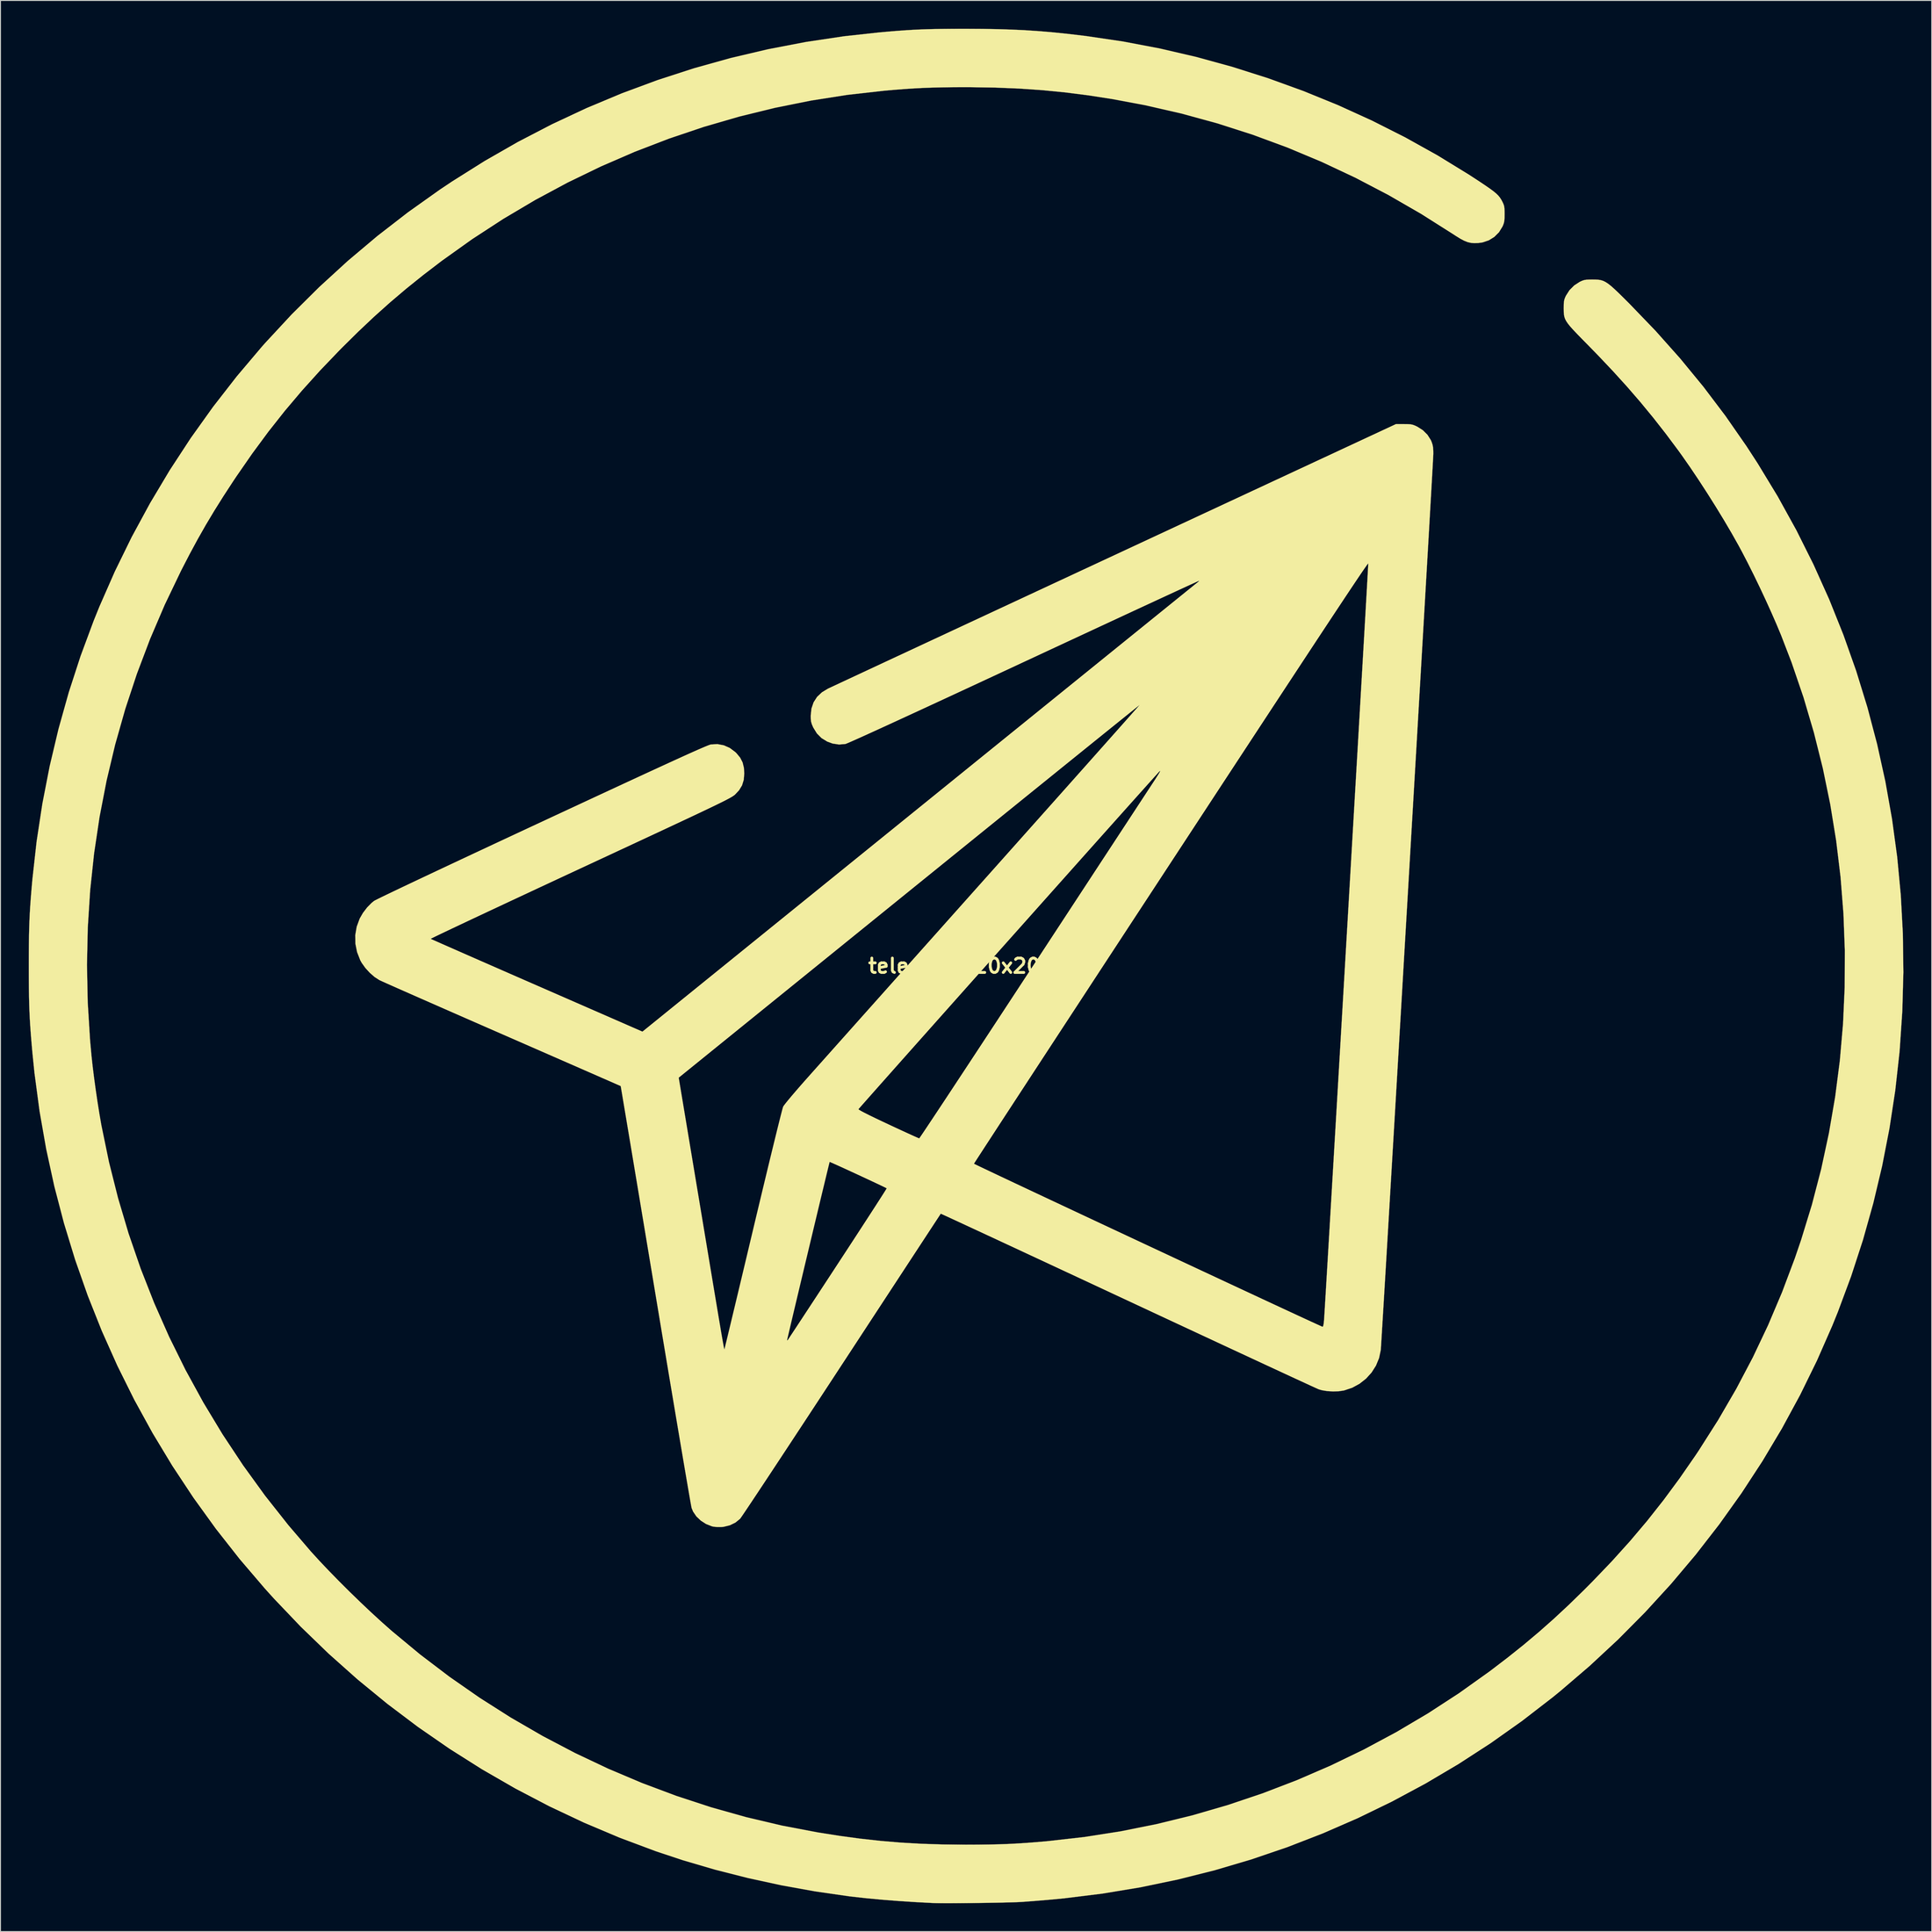
<source format=kicad_pcb>
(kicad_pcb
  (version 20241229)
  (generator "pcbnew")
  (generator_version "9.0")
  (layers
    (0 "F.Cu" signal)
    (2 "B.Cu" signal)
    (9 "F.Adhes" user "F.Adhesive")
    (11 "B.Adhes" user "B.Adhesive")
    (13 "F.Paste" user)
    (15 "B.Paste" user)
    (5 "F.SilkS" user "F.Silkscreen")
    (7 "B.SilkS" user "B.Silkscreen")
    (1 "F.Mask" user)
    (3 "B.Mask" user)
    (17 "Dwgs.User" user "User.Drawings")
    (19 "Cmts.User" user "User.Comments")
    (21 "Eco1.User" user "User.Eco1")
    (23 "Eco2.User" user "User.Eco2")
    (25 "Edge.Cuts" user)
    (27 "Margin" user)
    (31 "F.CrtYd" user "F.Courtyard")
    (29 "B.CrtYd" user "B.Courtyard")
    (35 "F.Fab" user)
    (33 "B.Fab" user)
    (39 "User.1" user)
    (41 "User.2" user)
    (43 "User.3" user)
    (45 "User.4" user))
  (footprint "telegram_20x20_F"
    (layer "F.Cu")
    (at 99.356 99.356)
    (property "Reference" "telegram_20x20_F" (at 0 0 0) (layer "F.SilkS") (effects (font (size 1.524 1.524) (thickness 0.3))))
    (attr through_hole)
    (fp_poly (pts (xy 1.75 -99.343) (xy 3.367 -99.315) (xy 4.887 -99.267) (xy 6.346 -99.197) (xy 7.78 -99.101) (xy 9.225 -98.978) (xy 10.716 -98.825) (xy 12.288 -98.641) (xy 12.742 -98.585) (xy 16.648 -98.008) (xy 20.538 -97.269) (xy 24.405 -96.371) (xy 28.237 -95.318) (xy 32.027 -94.113) (xy 35.763 -92.76) (xy 39.438 -91.262) (xy 43.04 -89.622) (xy 46.562 -87.845) (xy 49.992 -85.934) (xy 53.322 -83.892) (xy 54.462 -83.148) (xy 55.065 -82.743) (xy 55.544 -82.412) (xy 55.918 -82.136) (xy 56.206 -81.899) (xy 56.427 -81.684) (xy 56.601 -81.474) (xy 56.746 -81.252) (xy 56.869 -81.026) (xy 56.981 -80.79) (xy 57.052 -80.579) (xy 57.09 -80.342) (xy 57.105 -80.025) (xy 57.108 -79.714) (xy 57.102 -79.297) (xy 57.079 -78.995) (xy 57.029 -78.754) (xy 56.943 -78.52) (xy 56.882 -78.385) (xy 56.51 -77.782) (xy 56.02 -77.293) (xy 55.434 -76.929) (xy 54.77 -76.705) (xy 54.306 -76.641) (xy 53.895 -76.629) (xy 53.533 -76.657) (xy 53.187 -76.738) (xy 52.824 -76.882) (xy 52.41 -77.103) (xy 51.911 -77.412) (xy 51.658 -77.578) (xy 48.248 -79.738) (xy 44.785 -81.736) (xy 41.268 -83.575) (xy 37.697 -85.253) (xy 34.07 -86.771) (xy 30.386 -88.13) (xy 26.646 -89.33) (xy 22.847 -90.37) (xy 18.99 -91.253) (xy 15.494 -91.908) (xy 12.983 -92.297) (xy 10.525 -92.61) (xy 8.081 -92.849) (xy 5.608 -93.019) (xy 3.066 -93.122) (xy 0.413 -93.162) (xy 0 -93.163) (xy -1.278 -93.159) (xy -2.425 -93.146) (xy -3.481 -93.122) (xy -4.483 -93.086) (xy -5.469 -93.035) (xy -6.48 -92.969) (xy -7.553 -92.886) (xy -8.678 -92.787) (xy -12.558 -92.35) (xy -16.414 -91.746) (xy -20.238 -90.978) (xy -24.026 -90.049) (xy -27.772 -88.961) (xy -31.47 -87.715) (xy -35.115 -86.314) (xy -38.7 -84.76) (xy -42.221 -83.056) (xy -45.67 -81.203) (xy -49.044 -79.204) (xy -52.335 -77.062) (xy -55.538 -74.777) (xy -55.662 -74.684) (xy -57.551 -73.238) (xy -59.336 -71.803) (xy -61.052 -70.347) (xy -62.736 -68.84) (xy -64.421 -67.25) (xy -66.145 -65.546) (xy -66.421 -65.267) (xy -68.475 -63.123) (xy -70.397 -60.992) (xy -72.217 -58.84) (xy -73.961 -56.631) (xy -75.66 -54.33) (xy -77.341 -51.903) (xy -77.682 -51.393) (xy -78.731 -49.785) (xy -79.691 -48.254) (xy -80.589 -46.754) (xy -81.451 -45.237) (xy -82.305 -43.657) (xy -83.178 -41.968) (xy -83.228 -41.868) (xy -84.944 -38.288) (xy -86.499 -34.655) (xy -87.894 -30.973) (xy -89.127 -27.244) (xy -90.198 -23.471) (xy -91.106 -19.659) (xy -91.851 -15.81) (xy -92.432 -11.928) (xy -92.849 -8.015) (xy -93.1 -4.076) (xy -93.186 -0.114) (xy -93.106 3.869) (xy -92.858 7.869) (xy -92.707 9.525) (xy -92.586 10.634) (xy -92.434 11.856) (xy -92.259 13.138) (xy -92.069 14.427) (xy -91.87 15.672) (xy -91.671 16.82) (xy -91.65 16.933) (xy -90.853 20.794) (xy -89.894 24.607) (xy -88.775 28.37) (xy -87.498 32.079) (xy -86.065 35.728) (xy -84.478 39.315) (xy -82.739 42.835) (xy -80.85 46.284) (xy -78.813 49.658) (xy -76.629 52.954) (xy -74.302 56.167) (xy -71.832 59.293) (xy -69.462 62.061) (xy -68.567 63.043) (xy -67.565 64.101) (xy -66.486 65.206) (xy -65.358 66.331) (xy -64.208 67.447) (xy -63.065 68.528) (xy -61.957 69.544) (xy -60.912 70.47) (xy -60.875 70.502) (xy -57.868 72.996) (xy -54.758 75.36) (xy -51.554 77.59) (xy -48.261 79.684) (xy -44.886 81.637) (xy -41.436 83.448) (xy -37.917 85.112) (xy -34.336 86.628) (xy -30.699 87.991) (xy -27.013 89.199) (xy -23.284 90.248) (xy -19.52 91.136) (xy -15.726 91.859) (xy -15.721 91.86) (xy -13.401 92.226) (xy -11.184 92.526) (xy -9.023 92.764) (xy -6.876 92.943) (xy -4.699 93.067) (xy -2.447 93.139) (xy -0.077 93.163) (xy 0 93.163) (xy 1.278 93.159) (xy 2.426 93.146) (xy 3.481 93.122) (xy 4.483 93.086) (xy 5.47 93.035) (xy 6.481 92.969) (xy 7.553 92.886) (xy 8.678 92.787) (xy 12.552 92.35) (xy 16.403 91.747) (xy 20.224 90.98) (xy 24.01 90.052) (xy 27.754 88.964) (xy 31.451 87.72) (xy 35.093 86.322) (xy 38.676 84.772) (xy 42.192 83.072) (xy 45.636 81.225) (xy 49.002 79.233) (xy 52.283 77.098) (xy 55.473 74.823) (xy 55.629 74.707) (xy 57.435 73.327) (xy 59.129 71.973) (xy 60.747 70.613) (xy 62.325 69.217) (xy 63.897 67.754) (xy 65.499 66.194) (xy 66.421 65.267) (xy 68.475 63.123) (xy 70.397 60.992) (xy 72.217 58.84) (xy 73.961 56.631) (xy 75.66 54.33) (xy 77.341 51.903) (xy 77.682 51.393) (xy 79.754 48.136) (xy 81.667 44.843) (xy 83.428 41.499) (xy 85.045 38.087) (xy 86.526 34.593) (xy 87.877 31.002) (xy 88.547 29.041) (xy 89.692 25.308) (xy 90.675 21.533) (xy 91.495 17.722) (xy 92.155 13.882) (xy 92.652 10.019) (xy 92.989 6.14) (xy 93.164 2.25) (xy 93.179 -1.644) (xy 93.033 -5.536) (xy 92.727 -9.419) (xy 92.261 -13.286) (xy 91.635 -17.132) (xy 90.849 -20.951) (xy 89.903 -24.735) (xy 88.798 -28.478) (xy 87.535 -32.175) (xy 86.426 -35.052) (xy 85.941 -36.214) (xy 85.391 -37.473) (xy 84.793 -38.791) (xy 84.166 -40.129) (xy 83.528 -41.448) (xy 82.897 -42.71) (xy 82.292 -43.876) (xy 81.914 -44.577) (xy 81.181 -45.878) (xy 80.368 -47.26) (xy 79.498 -48.687) (xy 78.594 -50.122) (xy 77.679 -51.53) (xy 76.777 -52.873) (xy 75.909 -54.115) (xy 75.522 -54.652) (xy 74.196 -56.428) (xy 72.863 -58.13) (xy 71.499 -59.787) (xy 70.078 -61.429) (xy 68.576 -63.084) (xy 66.969 -64.781) (xy 65.939 -65.836) (xy 65.321 -66.463) (xy 64.812 -66.986) (xy 64.4 -67.42) (xy 64.076 -67.781) (xy 63.829 -68.085) (xy 63.649 -68.349) (xy 63.524 -68.588) (xy 63.445 -68.817) (xy 63.401 -69.054) (xy 63.382 -69.313) (xy 63.377 -69.611) (xy 63.376 -69.723) (xy 63.38 -70.132) (xy 63.4 -70.425) (xy 63.446 -70.655) (xy 63.527 -70.876) (xy 63.612 -71.056) (xy 63.988 -71.642) (xy 64.489 -72.145) (xy 65.074 -72.525) (xy 65.088 -72.532) (xy 65.336 -72.645) (xy 65.556 -72.716) (xy 65.803 -72.754) (xy 66.129 -72.769) (xy 66.421 -72.771) (xy 66.754 -72.767) (xy 67.043 -72.75) (xy 67.305 -72.707) (xy 67.556 -72.629) (xy 67.811 -72.504) (xy 68.088 -72.323) (xy 68.402 -72.075) (xy 68.769 -71.748) (xy 69.207 -71.332) (xy 69.731 -70.817) (xy 70.357 -70.192) (xy 70.358 -70.191) (xy 73.115 -67.326) (xy 75.72 -64.401) (xy 78.184 -61.402) (xy 80.519 -58.315) (xy 82.736 -55.125) (xy 83.931 -53.287) (xy 86.061 -49.777) (xy 88.037 -46.198) (xy 89.857 -42.555) (xy 91.522 -38.852) (xy 93.029 -35.091) (xy 94.379 -31.278) (xy 95.57 -27.416) (xy 96.601 -23.508) (xy 97.472 -19.559) (xy 98.181 -15.572) (xy 98.728 -11.551) (xy 99.111 -7.5) (xy 99.33 -3.423) (xy 99.384 0.676) (xy 99.272 4.795) (xy 98.992 8.928) (xy 98.969 9.186) (xy 98.522 13.213) (xy 97.909 17.222) (xy 97.133 21.204) (xy 96.195 25.149) (xy 95.099 29.05) (xy 93.846 32.896) (xy 92.439 36.678) (xy 91.851 38.131) (xy 90.222 41.838) (xy 88.441 45.473) (xy 86.511 49.031) (xy 84.436 52.508) (xy 82.22 55.9) (xy 79.864 59.202) (xy 77.373 62.41) (xy 74.75 65.52) (xy 71.997 68.527) (xy 69.119 71.427) (xy 66.119 74.216) (xy 62.999 76.889) (xy 62.188 77.549) (xy 58.951 80.048) (xy 55.627 82.403) (xy 52.218 84.613) (xy 48.73 86.676) (xy 45.166 88.59) (xy 41.531 90.355) (xy 37.829 91.967) (xy 34.065 93.426) (xy 30.242 94.729) (xy 26.366 95.875) (xy 22.439 96.862) (xy 18.468 97.688) (xy 14.455 98.351) (xy 10.406 98.851) (xy 9.144 98.972) (xy 8.488 99.03) (xy 7.79 99.088) (xy 7.102 99.144) (xy 6.476 99.192) (xy 5.963 99.229) (xy 5.927 99.232) (xy 5.572 99.25) (xy 5.074 99.269) (xy 4.456 99.286) (xy 3.742 99.303) (xy 2.956 99.318) (xy 2.122 99.332) (xy 1.263 99.343) (xy 0.404 99.353) (xy -0.432 99.36) (xy -1.222 99.365) (xy -1.94 99.367) (xy -2.564 99.365) (xy -3.07 99.359) (xy -3.433 99.35) (xy -3.471 99.348) (xy -5.349 99.25) (xy -7.187 99.129) (xy -8.956 98.99) (xy -10.623 98.833) (xy -12.159 98.661) (xy -12.404 98.631) (xy -15.982 98.115) (xy -19.559 97.469) (xy -23.107 96.698) (xy -26.597 95.811) (xy -30.002 94.812) (xy -32.874 93.858) (xy -36.714 92.42) (xy -40.48 90.83) (xy -44.169 89.09) (xy -47.779 87.202) (xy -51.304 85.17) (xy -54.743 82.995) (xy -58.092 80.679) (xy -61.347 78.224) (xy -64.506 75.634) (xy -67.564 72.91) (xy -70.518 70.054) (xy -73.365 67.069) (xy -74.324 66.007) (xy -76.988 62.89) (xy -79.512 59.679) (xy -81.894 56.38) (xy -84.132 52.996) (xy -86.224 49.531) (xy -88.169 45.99) (xy -89.965 42.376) (xy -91.61 38.694) (xy -93.102 34.947) (xy -94.44 31.14) (xy -95.621 27.277) (xy -96.645 23.361) (xy -97.509 19.397) (xy -98.212 15.389) (xy -98.751 11.34) (xy -98.97 9.186) (xy -99.059 8.18) (xy -99.133 7.275) (xy -99.194 6.441) (xy -99.243 5.649) (xy -99.281 4.869) (xy -99.309 4.072) (xy -99.329 3.226) (xy -99.342 2.304) (xy -99.349 1.274) (xy -99.351 0.107) (xy -99.351 0) (xy -99.349 -1.18) (xy -99.343 -2.22) (xy -99.331 -3.151) (xy -99.311 -4.002) (xy -99.284 -4.802) (xy -99.247 -5.582) (xy -99.199 -6.372) (xy -99.139 -7.201) (xy -99.066 -8.099) (xy -98.978 -9.095) (xy -98.97 -9.186) (xy -98.522 -13.206) (xy -97.911 -17.208) (xy -97.137 -21.182) (xy -96.203 -25.119) (xy -95.112 -29.008) (xy -93.866 -32.841) (xy -92.468 -36.607) (xy -91.864 -38.099) (xy -90.227 -41.824) (xy -88.439 -45.476) (xy -86.5 -49.051) (xy -84.414 -52.546) (xy -82.184 -55.957) (xy -79.811 -59.278) (xy -77.299 -62.507) (xy -74.651 -65.638) (xy -74.311 -66.022) (xy -71.495 -69.058) (xy -68.57 -71.964) (xy -65.535 -74.742) (xy -62.392 -77.389) (xy -59.139 -79.907) (xy -55.778 -82.296) (xy -54.483 -83.162) (xy -51.026 -85.336) (xy -47.492 -87.36) (xy -43.887 -89.231) (xy -40.214 -90.949) (xy -36.478 -92.512) (xy -32.681 -93.919) (xy -28.829 -95.168) (xy -24.924 -96.258) (xy -20.972 -97.187) (xy -16.975 -97.954) (xy -12.939 -98.559) (xy -9.186 -98.97) (xy -8.18 -99.059) (xy -7.275 -99.133) (xy -6.441 -99.194) (xy -5.649 -99.243) (xy -4.869 -99.281) (xy -4.072 -99.309) (xy -3.226 -99.329) (xy -2.304 -99.342) (xy -1.274 -99.349) (xy -0.107 -99.351) (xy 0 -99.351) (xy 1.75 -99.343)) (stroke (width 0.01) (type solid)) (fill yes) (layer "F.SilkS"))
    (fp_poly (pts (xy 46.845 -57.442) (xy 47.134 -57.422) (xy 47.366 -57.375) (xy 47.595 -57.291) (xy 47.854 -57.169) (xy 48.439 -56.796) (xy 48.926 -56.313) (xy 49.286 -55.751) (xy 49.37 -55.558) (xy 49.468 -55.263) (xy 49.525 -54.963) (xy 49.548 -54.598) (xy 49.55 -54.271) (xy 49.544 -54.142) (xy 49.529 -53.85) (xy 49.505 -53.401) (xy 49.472 -52.801) (xy 49.43 -52.055) (xy 49.38 -51.171) (xy 49.322 -50.152) (xy 49.256 -49.006) (xy 49.183 -47.739) (xy 49.104 -46.355) (xy 49.018 -44.862) (xy 48.925 -43.264) (xy 48.827 -41.569) (xy 48.723 -39.781) (xy 48.615 -37.907) (xy 48.501 -35.953) (xy 48.383 -33.924) (xy 48.261 -31.826) (xy 48.135 -29.665) (xy 48.005 -27.448) (xy 47.873 -25.18) (xy 47.738 -22.867) (xy 47.6 -20.514) (xy 47.461 -18.128) (xy 47.32 -15.715) (xy 47.177 -13.28) (xy 47.034 -10.83) (xy 46.889 -8.37) (xy 46.745 -5.906) (xy 46.6 -3.445) (xy 46.456 -0.991) (xy 46.313 1.449) (xy 46.171 3.869) (xy 46.03 6.264) (xy 45.891 8.627) (xy 45.754 10.952) (xy 45.62 13.234) (xy 45.488 15.467) (xy 45.359 17.645) (xy 45.234 19.762) (xy 45.113 21.811) (xy 44.996 23.789) (xy 44.884 25.687) (xy 44.776 27.501) (xy 44.674 29.224) (xy 44.577 30.851) (xy 44.487 32.375) (xy 44.402 33.792) (xy 44.324 35.094) (xy 44.253 36.277) (xy 44.189 37.333) (xy 44.133 38.258) (xy 44.085 39.045) (xy 44.046 39.689) (xy 44.015 40.183) (xy 43.993 40.522) (xy 43.98 40.699) (xy 43.978 40.722) (xy 43.798 41.574) (xy 43.468 42.375) (xy 43.003 43.106) (xy 42.418 43.752) (xy 41.729 44.294) (xy 40.952 44.717) (xy 40.102 45.002) (xy 40.079 45.008) (xy 39.54 45.09) (xy 38.929 45.111) (xy 38.308 45.075) (xy 37.741 44.983) (xy 37.423 44.892) (xy 37.306 44.842) (xy 37.042 44.723) (xy 36.638 44.539) (xy 36.101 44.292) (xy 35.436 43.985) (xy 34.651 43.623) (xy 33.752 43.207) (xy 32.746 42.74) (xy 31.639 42.227) (xy 30.438 41.669) (xy 29.15 41.07) (xy 27.781 40.434) (xy 26.337 39.762) (xy 24.826 39.058) (xy 23.254 38.326) (xy 21.627 37.568) (xy 19.952 36.787) (xy 18.236 35.986) (xy 17.156 35.482) (xy 15.423 34.674) (xy 13.731 33.884) (xy 12.086 33.117) (xy 10.494 32.375) (xy 8.961 31.66) (xy 7.494 30.977) (xy 6.1 30.328) (xy 4.784 29.715) (xy 3.554 29.143) (xy 2.415 28.613) (xy 1.374 28.13) (xy 0.437 27.695) (xy -0.389 27.312) (xy -1.098 26.984) (xy -1.683 26.713) (xy -2.138 26.504) (xy -2.457 26.358) (xy -2.633 26.279) (xy -2.668 26.264) (xy -2.716 26.336) (xy -2.852 26.544) (xy -3.073 26.88) (xy -3.374 27.34) (xy -3.751 27.915) (xy -4.201 28.601) (xy -4.718 29.39) (xy -5.299 30.277) (xy -5.94 31.255) (xy -6.636 32.318) (xy -7.383 33.459) (xy -8.178 34.672) (xy -9.015 35.951) (xy -9.892 37.289) (xy -10.803 38.681) (xy -11.745 40.12) (xy -12.713 41.599) (xy -13.167 42.291) (xy -14.149 43.791) (xy -15.11 45.256) (xy -16.044 46.68) (xy -16.947 48.055) (xy -17.815 49.375) (xy -18.643 50.634) (xy -19.428 51.826) (xy -20.165 52.943) (xy -20.849 53.98) (xy -21.477 54.929) (xy -22.044 55.785) (xy -22.546 56.54) (xy -22.979 57.19) (xy -23.338 57.726) (xy -23.619 58.142) (xy -23.818 58.432) (xy -23.93 58.59) (xy -23.95 58.615) (xy -24.438 59.011) (xy -25.027 59.299) (xy -25.677 59.46) (xy -25.917 59.484) (xy -26.355 59.487) (xy -26.752 59.449) (xy -26.929 59.41) (xy -27.553 59.163) (xy -28.111 58.803) (xy -28.578 58.358) (xy -28.924 57.851) (xy -29.08 57.471) (xy -29.105 57.349) (xy -29.157 57.068) (xy -29.235 56.633) (xy -29.336 56.053) (xy -29.46 55.334) (xy -29.606 54.483) (xy -29.773 53.507) (xy -29.959 52.414) (xy -30.163 51.21) (xy -30.384 49.903) (xy -30.621 48.499) (xy -30.872 47.005) (xy -31.137 45.429) (xy -31.414 43.778) (xy -31.702 42.059) (xy -31.999 40.278) (xy -32.306 38.443) (xy -32.619 36.562) (xy -32.898 34.887) (xy -33.216 32.975) (xy -33.527 31.108) (xy -33.83 29.291) (xy -34.123 27.532) (xy -34.406 25.837) (xy -34.676 24.214) (xy -34.934 22.669) (xy -35.178 21.209) (xy -35.406 19.841) (xy -35.618 18.572) (xy -35.813 17.409) (xy -35.989 16.359) (xy -36.145 15.428) (xy -36.28 14.623) (xy -36.393 13.951) (xy -36.482 13.42) (xy -36.548 13.036) (xy -36.587 12.805) (xy -36.6 12.735) (xy -36.678 12.7) (xy -36.904 12.601) (xy -37.268 12.441) (xy -37.762 12.224) (xy -38.379 11.954) (xy -38.626 11.846) (xy -30.453 11.846) (xy -28.1 25.968) (xy -27.792 27.819) (xy -27.51 29.511) (xy -27.254 31.049) (xy -27.022 32.442) (xy -26.813 33.696) (xy -26.626 34.818) (xy -26.459 35.816) (xy -26.312 36.695) (xy -26.183 37.465) (xy -26.07 38.13) (xy -25.974 38.7) (xy -25.891 39.179) (xy -25.822 39.577) (xy -25.765 39.899) (xy -25.718 40.153) (xy -25.681 40.346) (xy -25.651 40.484) (xy -25.629 40.575) (xy -25.613 40.627) (xy -25.601 40.645) (xy -25.592 40.637) (xy -25.586 40.611) (xy -25.58 40.572) (xy -25.573 40.529) (xy -25.565 40.488) (xy -25.561 40.471) (xy -25.533 40.365) (xy -25.469 40.104) (xy -25.369 39.697) (xy -25.366 39.684) (xy -18.965 39.684) (xy -18.922 39.691) (xy -18.89 39.662) (xy -18.835 39.582) (xy -18.692 39.369) (xy -18.469 39.033) (xy -18.172 38.582) (xy -17.805 38.025) (xy -17.376 37.373) (xy -16.889 36.632) (xy -16.352 35.814) (xy -15.769 34.926) (xy -15.148 33.978) (xy -14.493 32.979) (xy -13.811 31.937) (xy -13.589 31.597) (xy -12.901 30.546) (xy -12.241 29.535) (xy -11.613 28.572) (xy -11.024 27.667) (xy -10.48 26.829) (xy -9.986 26.067) (xy -9.548 25.389) (xy -9.172 24.805) (xy -8.864 24.324) (xy -8.629 23.954) (xy -8.473 23.705) (xy -8.403 23.586) (xy -8.4 23.576) (xy -8.488 23.528) (xy -8.707 23.419) (xy -9.039 23.26) (xy -9.463 23.059) (xy -9.958 22.827) (xy -10.505 22.571) (xy -11.083 22.302) (xy -11.674 22.028) (xy -12.255 21.76) (xy -12.809 21.505) (xy -13.313 21.275) (xy -13.749 21.077) (xy -13.991 20.968) (xy 0.849 20.968) (xy 0.925 21.009) (xy 1.146 21.117) (xy 1.504 21.29) (xy 1.992 21.522) (xy 2.601 21.811) (xy 3.323 22.153) (xy 4.15 22.543) (xy 5.074 22.979) (xy 6.087 23.456) (xy 7.18 23.97) (xy 8.346 24.518) (xy 9.577 25.096) (xy 10.865 25.7) (xy 12.201 26.327) (xy 13.577 26.972) (xy 14.986 27.632) (xy 16.419 28.303) (xy 17.869 28.982) (xy 19.326 29.664) (xy 20.783 30.345) (xy 22.233 31.023) (xy 23.666 31.692) (xy 25.075 32.351) (xy 26.452 32.993) (xy 27.788 33.617) (xy 29.076 34.217) (xy 30.308 34.791) (xy 31.475 35.335) (xy 32.569 35.844) (xy 33.583 36.315) (xy 34.507 36.744) (xy 35.335 37.128) (xy 36.058 37.462) (xy 36.668 37.743) (xy 37.157 37.967) (xy 37.516 38.131) (xy 37.739 38.23) (xy 37.815 38.261) (xy 37.872 38.184) (xy 37.923 37.954) (xy 37.963 37.587) (xy 37.965 37.571) (xy 37.977 37.39) (xy 37.999 37.051) (xy 38.029 36.558) (xy 38.068 35.918) (xy 38.115 35.139) (xy 38.17 34.225) (xy 38.232 33.184) (xy 38.301 32.022) (xy 38.377 30.744) (xy 38.459 29.359) (xy 38.548 27.871) (xy 38.641 26.287) (xy 38.74 24.614) (xy 38.843 22.858) (xy 38.951 21.025) (xy 39.063 19.122) (xy 39.179 17.155) (xy 39.298 15.13) (xy 39.42 13.054) (xy 39.544 10.933) (xy 39.671 8.774) (xy 39.799 6.582) (xy 39.929 4.364) (xy 40.06 2.127) (xy 40.192 -0.123) (xy 40.324 -2.38) (xy 40.456 -4.638) (xy 40.587 -6.89) (xy 40.718 -9.129) (xy 40.847 -11.35) (xy 40.975 -13.545) (xy 41.102 -15.71) (xy 41.225 -17.836) (xy 41.347 -19.919) (xy 41.465 -21.951) (xy 41.58 -23.927) (xy 41.691 -25.839) (xy 41.798 -27.682) (xy 41.9 -29.449) (xy 41.998 -31.134) (xy 42.09 -32.73) (xy 42.177 -34.231) (xy 42.257 -35.631) (xy 42.332 -36.924) (xy 42.399 -38.102) (xy 42.46 -39.16) (xy 42.513 -40.092) (xy 42.558 -40.89) (xy 42.595 -41.549) (xy 42.623 -42.062) (xy 42.643 -42.424) (xy 42.653 -42.626) (xy 42.654 -42.67) (xy 42.63 -42.654) (xy 42.56 -42.568) (xy 42.444 -42.408) (xy 42.278 -42.173) (xy 42.061 -41.859) (xy 41.792 -41.463) (xy 41.468 -40.983) (xy 41.088 -40.416) (xy 40.649 -39.759) (xy 40.15 -39.009) (xy 39.589 -38.163) (xy 38.964 -37.22) (xy 38.273 -36.174) (xy 37.514 -35.025) (xy 36.686 -33.769) (xy 35.787 -32.403) (xy 34.815 -30.925) (xy 33.767 -29.332) (xy 32.642 -27.62) (xy 31.439 -25.787) (xy 30.155 -23.831) (xy 28.789 -21.748) (xy 27.338 -19.536) (xy 25.801 -17.191) (xy 24.176 -14.711) (xy 22.461 -12.094) (xy 21.738 -10.991) (xy 20.351 -8.873) (xy 18.987 -6.791) (xy 17.649 -4.749) (xy 16.341 -2.751) (xy 15.065 -0.802) (xy 13.825 1.093) (xy 12.623 2.93) (xy 11.462 4.704) (xy 10.344 6.412) (xy 9.274 8.048) (xy 8.254 9.608) (xy 7.287 11.087) (xy 6.376 12.482) (xy 5.523 13.787) (xy 4.732 14.999) (xy 4.005 16.111) (xy 3.346 17.121) (xy 2.758 18.024) (xy 2.242 18.815) (xy 1.803 19.49) (xy 1.444 20.043) (xy 1.166 20.472) (xy 0.973 20.771) (xy 0.869 20.935) (xy 0.849 20.968) (xy -13.991 20.968) (xy -14.097 20.921) (xy -14.336 20.817) (xy -14.446 20.773) (xy -14.451 20.773) (xy -14.473 20.856) (xy -14.532 21.092) (xy -14.624 21.468) (xy -14.746 21.971) (xy -14.895 22.588) (xy -15.068 23.307) (xy -15.263 24.115) (xy -15.475 24.999) (xy -15.703 25.948) (xy -15.942 26.948) (xy -16.191 27.988) (xy -16.445 29.053) (xy -16.703 30.132) (xy -16.961 31.212) (xy -17.216 32.281) (xy -17.465 33.326) (xy -17.705 34.334) (xy -17.933 35.293) (xy -18.146 36.19) (xy -18.341 37.013) (xy -18.515 37.748) (xy -18.665 38.384) (xy -18.788 38.908) (xy -18.881 39.307) (xy -18.941 39.569) (xy -18.965 39.681) (xy -18.965 39.684) (xy -25.366 39.684) (xy -25.238 39.153) (xy -25.076 38.48) (xy -24.886 37.688) (xy -24.67 36.787) (xy -24.43 35.785) (xy -24.168 34.691) (xy -23.887 33.515) (xy -23.589 32.266) (xy -23.276 30.953) (xy -22.951 29.585) (xy -22.614 28.172) (xy -22.519 27.771) (xy -22.179 26.343) (xy -21.847 24.957) (xy -21.527 23.621) (xy -21.22 22.345) (xy -20.929 21.139) (xy -20.655 20.011) (xy -20.401 18.971) (xy -20.17 18.029) (xy -19.964 17.192) (xy -19.784 16.472) (xy -19.634 15.877) (xy -19.515 15.416) (xy -19.455 15.189) (xy -11.396 15.189) (xy -11.331 15.253) (xy -11.115 15.381) (xy -10.753 15.573) (xy -10.25 15.826) (xy -9.61 16.138) (xy -8.837 16.505) (xy -8.237 16.787) (xy -7.549 17.108) (xy -6.909 17.405) (xy -6.331 17.671) (xy -5.833 17.898) (xy -5.431 18.08) (xy -5.141 18.209) (xy -4.98 18.276) (xy -4.953 18.285) (xy -4.9 18.215) (xy -4.758 18.01) (xy -4.531 17.674) (xy -4.223 17.215) (xy -3.839 16.638) (xy -3.381 15.949) (xy -2.854 15.154) (xy -2.262 14.26) (xy -1.609 13.271) (xy -0.899 12.193) (xy -0.135 11.034) (xy 0.678 9.799) (xy 1.537 8.493) (xy 2.437 7.123) (xy 3.376 5.695) (xy 4.347 4.214) (xy 5.349 2.687) (xy 6.376 1.119) (xy 6.9 0.319) (xy 7.954 -1.289) (xy 8.99 -2.871) (xy 10.006 -4.422) (xy 10.996 -5.933) (xy 11.956 -7.399) (xy 12.882 -8.812) (xy 13.769 -10.167) (xy 14.613 -11.455) (xy 15.41 -12.671) (xy 16.155 -13.808) (xy 16.844 -14.859) (xy 17.472 -15.817) (xy 18.035 -16.677) (xy 18.528 -17.43) (xy 18.948 -18.07) (xy 19.289 -18.591) (xy 19.548 -18.986) (xy 19.72 -19.248) (xy 19.756 -19.302) (xy 20.103 -19.834) (xy 20.356 -20.233) (xy 20.519 -20.504) (xy 20.593 -20.652) (xy 20.583 -20.682) (xy 20.506 -20.616) (xy 20.411 -20.514) (xy 20.21 -20.293) (xy 19.91 -19.96) (xy 19.515 -19.52) (xy 19.031 -18.98) (xy 18.463 -18.347) (xy 17.817 -17.625) (xy 17.099 -16.822) (xy 16.314 -15.944) (xy 15.467 -14.996) (xy 14.564 -13.985) (xy 13.611 -12.917) (xy 12.612 -11.798) (xy 11.574 -10.634) (xy 10.502 -9.432) (xy 9.401 -8.198) (xy 8.277 -6.937) (xy 7.135 -5.656) (xy 5.981 -4.361) (xy 4.82 -3.059) (xy 3.658 -1.755) (xy 2.501 -0.455) (xy 1.353 0.834) (xy 0.22 2.106) (xy -0.892 3.355) (xy -1.978 4.575) (xy -3.032 5.759) (xy -4.049 6.903) (xy -5.024 7.998) (xy -5.95 9.04) (xy -6.823 10.021) (xy -7.636 10.937) (xy -8.385 11.781) (xy -9.064 12.546) (xy -9.667 13.226) (xy -10.19 13.816) (xy -10.626 14.309) (xy -10.97 14.698) (xy -11.216 14.979) (xy -11.359 15.144) (xy -11.396 15.189) (xy -19.455 15.189) (xy -19.43 15.099) (xy -19.382 14.936) (xy -19.375 14.919) (xy -19.282 14.778) (xy -19.088 14.527) (xy -18.807 14.181) (xy -18.451 13.756) (xy -18.033 13.267) (xy -17.567 12.73) (xy -17.066 12.159) (xy -16.847 11.914) (xy -16.593 11.628) (xy -16.232 11.222) (xy -15.768 10.702) (xy -15.207 10.074) (xy -14.555 9.342) (xy -13.817 8.514) (xy -12.997 7.595) (xy -12.102 6.592) (xy -11.137 5.509) (xy -10.106 4.354) (xy -9.016 3.132) (xy -7.872 1.848) (xy -6.678 0.51) (xy -5.44 -0.878) (xy -4.164 -2.308) (xy -2.854 -3.776) (xy -1.517 -5.276) (xy -0.156 -6.801) (xy 1.221 -8.345) (xy 1.972 -9.186) (xy 3.327 -10.705) (xy 4.652 -12.191) (xy 5.943 -13.639) (xy 7.195 -15.044) (xy 8.405 -16.402) (xy 9.568 -17.707) (xy 10.679 -18.954) (xy 11.733 -20.139) (xy 12.728 -21.256) (xy 13.657 -22.301) (xy 14.517 -23.268) (xy 15.304 -24.153) (xy 16.012 -24.95) (xy 16.638 -25.655) (xy 17.177 -26.263) (xy 17.624 -26.768) (xy 17.976 -27.166) (xy 18.228 -27.453) (xy 18.375 -27.622) (xy 18.414 -27.67) (xy 18.348 -27.619) (xy 18.154 -27.465) (xy 17.838 -27.212) (xy 17.404 -26.864) (xy 16.857 -26.424) (xy 16.201 -25.896) (xy 15.44 -25.283) (xy 14.581 -24.59) (xy 13.626 -23.82) (xy 12.581 -22.976) (xy 11.45 -22.063) (xy 10.238 -21.084) (xy 8.95 -20.042) (xy 7.589 -18.943) (xy 6.16 -17.788) (xy 4.669 -16.582) (xy 3.12 -15.329) (xy 1.516 -14.032) (xy -0.136 -12.695) (xy -1.833 -11.322) (xy -3.57 -9.916) (xy -5.343 -8.482) (xy -6.031 -7.925) (xy -30.453 11.846) (xy -38.626 11.846) (xy -39.11 11.633) (xy -39.948 11.267) (xy -40.883 10.857) (xy -41.907 10.409) (xy -43.014 9.925) (xy -44.193 9.409) (xy -45.438 8.864) (xy -46.739 8.295) (xy -48.089 7.705) (xy -49.149 7.241) (xy -50.54 6.633) (xy -51.894 6.04) (xy -53.202 5.467) (xy -54.456 4.917) (xy -55.647 4.394) (xy -56.766 3.902) (xy -57.806 3.445) (xy -58.756 3.026) (xy -59.609 2.65) (xy -60.356 2.32) (xy -60.988 2.039) (xy -61.497 1.813) (xy -61.874 1.643) (xy -62.11 1.535) (xy -62.188 1.498) (xy -62.691 1.173) (xy -63.198 0.731) (xy -63.667 0.219) (xy -64.052 -0.318) (xy -64.21 -0.601) (xy -64.551 -1.476) (xy -64.729 -2.369) (xy -64.741 -3.266) (xy -64.589 -4.153) (xy -64.272 -5.017) (xy -64.261 -5.039) (xy -63.922 -5.626) (xy -63.486 -6.196) (xy -63.003 -6.687) (xy -62.754 -6.889) (xy -62.634 -6.956) (xy -62.366 -7.092) (xy -61.955 -7.294) (xy -61.409 -7.559) (xy -60.731 -7.884) (xy -59.928 -8.267) (xy -59.006 -8.705) (xy -57.97 -9.195) (xy -56.826 -9.734) (xy -55.58 -10.321) (xy -54.237 -10.952) (xy -52.804 -11.624) (xy -51.285 -12.335) (xy -49.686 -13.083) (xy -48.014 -13.863) (xy -46.274 -14.675) (xy -44.945 -15.294) (xy -42.932 -16.231) (xy -41.067 -17.098) (xy -39.345 -17.899) (xy -37.761 -18.634) (xy -36.31 -19.307) (xy -34.987 -19.919) (xy -33.787 -20.474) (xy -32.703 -20.973) (xy -31.733 -21.419) (xy -30.869 -21.814) (xy -30.108 -22.161) (xy -29.444 -22.462) (xy -28.871 -22.718) (xy -28.386 -22.933) (xy -27.982 -23.109) (xy -27.655 -23.248) (xy -27.399 -23.353) (xy -27.21 -23.425) (xy -27.082 -23.468) (xy -27.029 -23.48) (xy -26.34 -23.516) (xy -25.668 -23.389) (xy -25.033 -23.106) (xy -24.452 -22.672) (xy -24.328 -22.551) (xy -23.936 -22.077) (xy -23.678 -21.573) (xy -23.539 -21) (xy -23.502 -20.405) (xy -23.558 -19.725) (xy -23.738 -19.142) (xy -24.055 -18.622) (xy -24.47 -18.179) (xy -24.533 -18.125) (xy -24.608 -18.067) (xy -24.703 -18.002) (xy -24.822 -17.927) (xy -24.974 -17.839) (xy -25.164 -17.735) (xy -25.398 -17.611) (xy -25.682 -17.466) (xy -26.024 -17.296) (xy -26.429 -17.098) (xy -26.903 -16.868) (xy -27.454 -16.605) (xy -28.087 -16.304) (xy -28.808 -15.963) (xy -29.624 -15.579) (xy -30.542 -15.149) (xy -31.567 -14.669) (xy -32.706 -14.137) (xy -33.965 -13.55) (xy -35.35 -12.905) (xy -36.869 -12.198) (xy -38.526 -11.427) (xy -40.329 -10.588) (xy -40.881 -10.332) (xy -42.432 -9.61) (xy -43.942 -8.907) (xy -45.403 -8.226) (xy -46.807 -7.57) (xy -48.149 -6.943) (xy -49.42 -6.348) (xy -50.614 -5.789) (xy -51.724 -5.268) (xy -52.742 -4.789) (xy -53.662 -4.355) (xy -54.475 -3.971) (xy -55.176 -3.638) (xy -55.757 -3.361) (xy -56.211 -3.143) (xy -56.531 -2.986) (xy -56.709 -2.896) (xy -56.746 -2.872) (xy -56.663 -2.833) (xy -56.433 -2.729) (xy -56.065 -2.566) (xy -55.568 -2.346) (xy -54.951 -2.074) (xy -54.222 -1.753) (xy -53.391 -1.387) (xy -52.465 -0.981) (xy -51.454 -0.537) (xy -50.366 -0.06) (xy -49.209 0.447) (xy -47.994 0.979) (xy -46.728 1.533) (xy -45.49 2.074) (xy -34.296 6.966) (xy -33.721 6.502) (xy -33.617 6.417) (xy -33.386 6.23) (xy -33.031 5.943) (xy -32.558 5.56) (xy -31.971 5.085) (xy -31.274 4.52) (xy -30.471 3.87) (xy -29.566 3.138) (xy -28.565 2.327) (xy -27.471 1.441) (xy -26.288 0.484) (xy -25.022 -0.541) (xy -23.676 -1.631) (xy -22.254 -2.782) (xy -20.762 -3.99) (xy -19.203 -5.252) (xy -17.581 -6.565) (xy -15.901 -7.925) (xy -14.167 -9.329) (xy -12.384 -10.772) (xy -10.556 -12.252) (xy -8.687 -13.765) (xy -6.782 -15.308) (xy -4.845 -16.876) (xy -4.36 -17.268) (xy -2.42 -18.839) (xy -0.512 -20.384) (xy 1.359 -21.899) (xy 3.189 -23.38) (xy 4.973 -24.824) (xy 6.708 -26.227) (xy 8.388 -27.587) (xy 10.01 -28.9) (xy 11.57 -30.162) (xy 13.063 -31.37) (xy 14.485 -32.521) (xy 15.832 -33.611) (xy 17.099 -34.636) (xy 18.283 -35.593) (xy 19.378 -36.479) (xy 20.382 -37.291) (xy 21.289 -38.024) (xy 22.095 -38.676) (xy 22.797 -39.243) (xy 23.389 -39.722) (xy 23.868 -40.108) (xy 24.229 -40.4) (xy 24.469 -40.592) (xy 24.582 -40.683) (xy 24.591 -40.689) (xy 24.703 -40.789) (xy 24.718 -40.836) (xy 24.639 -40.804) (xy 24.413 -40.703) (xy 24.047 -40.537) (xy 23.547 -40.308) (xy 22.92 -40.02) (xy 22.174 -39.676) (xy 21.313 -39.278) (xy 20.346 -38.831) (xy 19.278 -38.336) (xy 18.116 -37.798) (xy 16.867 -37.219) (xy 15.538 -36.601) (xy 14.135 -35.95) (xy 12.665 -35.266) (xy 11.134 -34.554) (xy 9.549 -33.817) (xy 7.917 -33.057) (xy 6.244 -32.278) (xy 6.181 -32.249) (xy 4.19 -31.322) (xy 2.289 -30.438) (xy 0.48 -29.597) (xy -1.232 -28.803) (xy -2.843 -28.057) (xy -4.348 -27.36) (xy -5.744 -26.716) (xy -7.027 -26.125) (xy -8.193 -25.589) (xy -9.236 -25.111) (xy -10.154 -24.692) (xy -10.942 -24.335) (xy -11.596 -24.041) (xy -12.112 -23.811) (xy -12.486 -23.649) (xy -12.713 -23.555) (xy -12.781 -23.532) (xy -13.451 -23.474) (xy -14.137 -23.579) (xy -14.702 -23.786) (xy -15.31 -24.157) (xy -15.803 -24.653) (xy -16.185 -25.276) (xy -16.197 -25.3) (xy -16.337 -25.625) (xy -16.416 -25.899) (xy -16.45 -26.198) (xy -16.454 -26.541) (xy -16.375 -27.288) (xy -16.149 -27.95) (xy -15.779 -28.525) (xy -15.264 -29.011) (xy -14.633 -29.393) (xy -14.513 -29.45) (xy -14.244 -29.576) (xy -13.832 -29.769) (xy -13.283 -30.025) (xy -12.602 -30.343) (xy -11.794 -30.72) (xy -10.865 -31.154) (xy -9.819 -31.641) (xy -8.664 -32.18) (xy -7.402 -32.768) (xy -6.041 -33.402) (xy -4.586 -34.08) (xy -3.041 -34.8) (xy -1.413 -35.559) (xy 0.294 -36.354) (xy 2.075 -37.183) (xy 3.922 -38.044) (xy 5.833 -38.934) (xy 7.8 -39.85) (xy 9.819 -40.79) (xy 11.884 -41.752) (xy 13.99 -42.732) (xy 15.79 -43.571) (xy 45.593 -57.446) (xy 46.441 -57.446) (xy 46.845 -57.442)) (stroke (width 0.01) (type solid)) (fill yes) (layer "F.SilkS")))
  (gr_rect
    (start -3 -3)
    (end 201.745 201.728)
    (stroke (width 0.1) (type default))
    (fill no)
    (layer "Edge.Cuts")))
</source>
